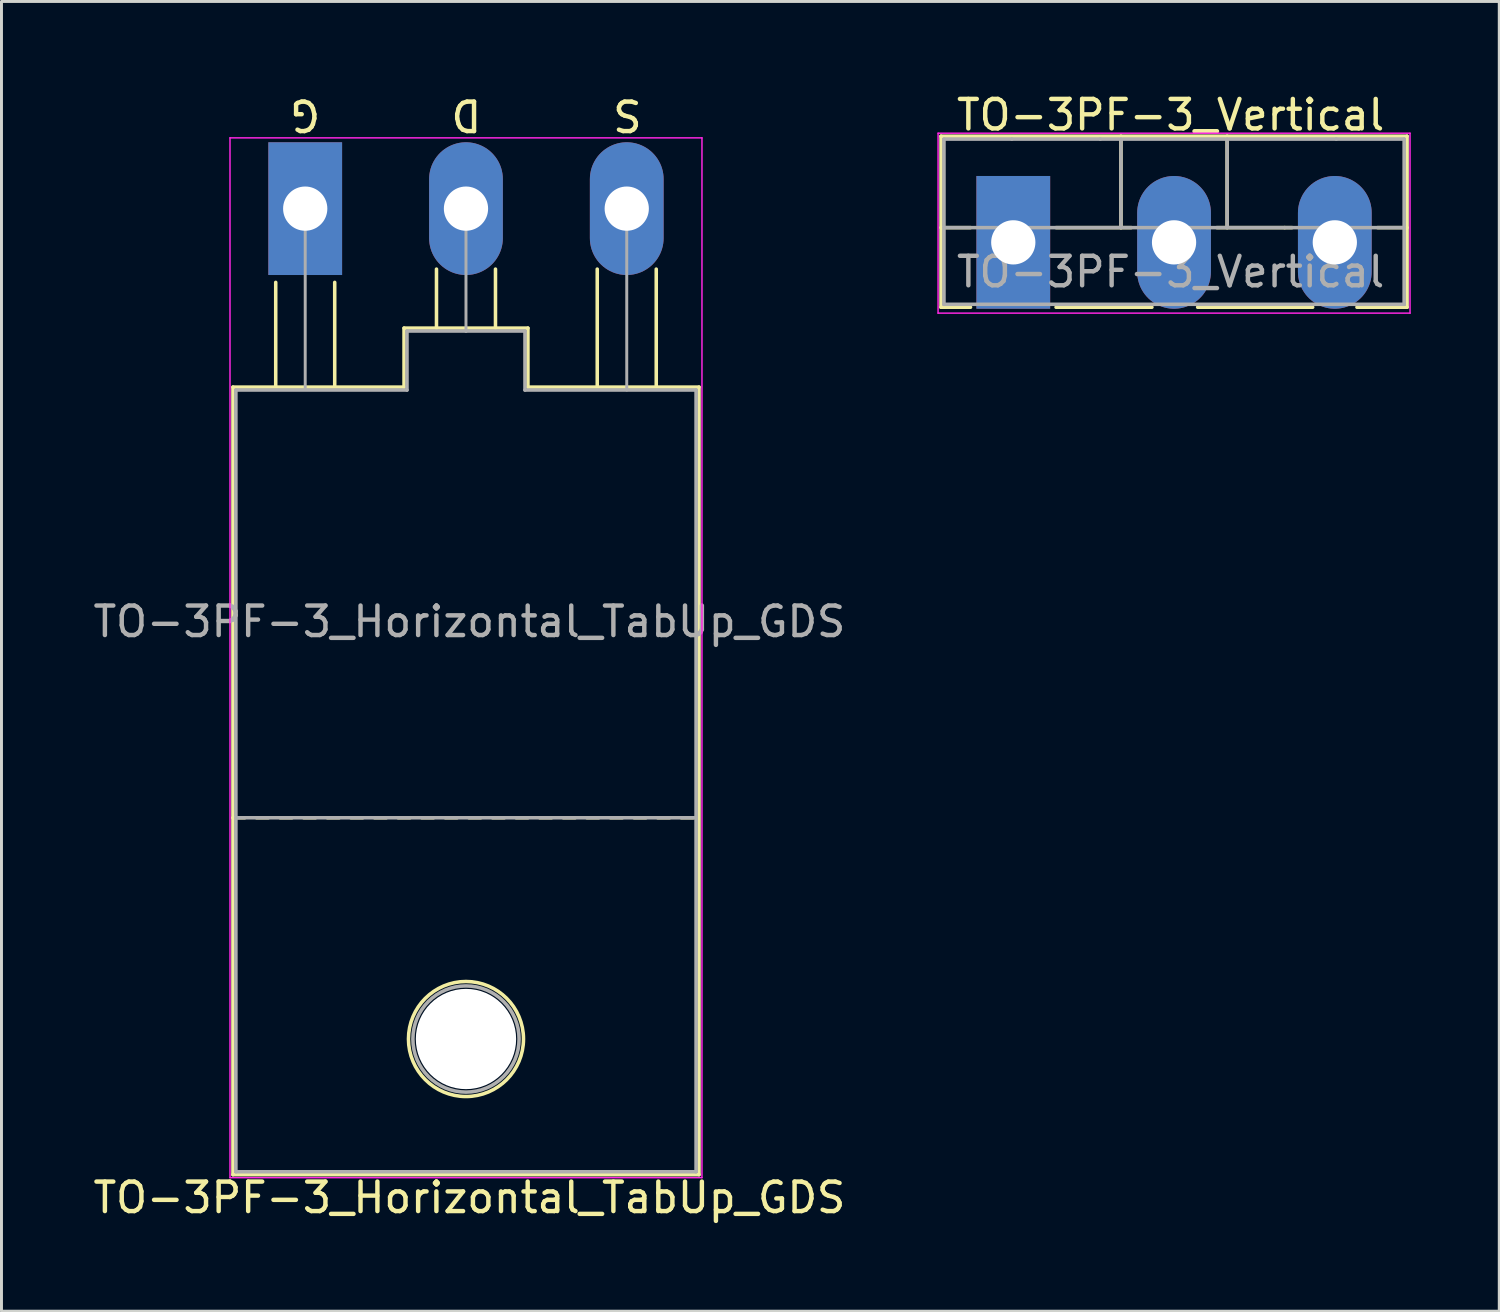
<source format=kicad_pcb>
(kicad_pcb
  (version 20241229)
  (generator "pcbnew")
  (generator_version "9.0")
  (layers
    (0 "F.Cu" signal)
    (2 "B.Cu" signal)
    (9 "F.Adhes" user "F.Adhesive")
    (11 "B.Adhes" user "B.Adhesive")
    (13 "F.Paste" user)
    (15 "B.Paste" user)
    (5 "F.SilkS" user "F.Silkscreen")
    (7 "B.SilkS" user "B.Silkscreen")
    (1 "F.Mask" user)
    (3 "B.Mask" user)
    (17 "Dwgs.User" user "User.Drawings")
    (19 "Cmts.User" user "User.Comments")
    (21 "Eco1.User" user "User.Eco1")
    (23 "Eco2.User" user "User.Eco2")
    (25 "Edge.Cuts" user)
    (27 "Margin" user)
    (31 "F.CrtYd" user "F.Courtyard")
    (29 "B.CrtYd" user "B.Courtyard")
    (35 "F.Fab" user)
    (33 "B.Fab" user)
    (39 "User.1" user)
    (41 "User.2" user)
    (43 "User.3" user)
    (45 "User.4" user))
  (footprint "TO-3PF-3_Vertical"
    (layer "F.Cu")
    (at 31.301 5.166)
    (property "Reference" "TO-3PF-3_Vertical" (at 5.334 -4.318 0) (layer "F.SilkS") (effects (font (size 1 1) (thickness 0.15))))
    (attr through_hole)
    (fp_line (start -2.45 -3.6) (end -2.45 2.2) (stroke (width 0.12) (type solid)) (layer "F.SilkS"))
    (fp_line (start -2.45 2.2) (end -1.45 2.2) (stroke (width 0.12) (type solid)) (layer "F.SilkS"))
    (fp_line (start -1.45 -0.5) (end -2.45 -0.5) (stroke (width 0.12) (type solid)) (layer "F.SilkS"))
    (fp_line (start 1.45 2.2) (end 4.7 2.2) (stroke (width 0.12) (type solid)) (layer "F.SilkS"))
    (fp_line (start 3.65 -3.6) (end 3.65 -0.5) (stroke (width 0.12) (type solid)) (layer "F.SilkS"))
    (fp_line (start 3.65 -0.5) (end 1.45 -0.5) (stroke (width 0.12) (type solid)) (layer "F.SilkS"))
    (fp_line (start 3.65 -0.5) (end 4 -0.5) (stroke (width 0.12) (type solid)) (layer "F.SilkS"))
    (fp_line (start 6.25 2.2) (end 10.15 2.2) (stroke (width 0.12) (type solid)) (layer "F.SilkS"))
    (fp_line (start 7.25 -0.5) (end 7.25 -3.6) (stroke (width 0.12) (type solid)) (layer "F.SilkS"))
    (fp_line (start 9.2 -0.5) (end 6.9 -0.5) (stroke (width 0.12) (type solid)) (layer "F.SilkS"))
    (fp_line (start 9.45 -0.5) (end 9.2 -0.5) (stroke (width 0.12) (type solid)) (layer "F.SilkS"))
    (fp_line (start 11.65 2.2) (end 13.35 2.2) (stroke (width 0.12) (type solid)) (layer "F.SilkS"))
    (fp_line (start 13.35 -3.6) (end -2.45 -3.6) (stroke (width 0.12) (type solid)) (layer "F.SilkS"))
    (fp_line (start 13.35 -0.5) (end 12.35 -0.5) (stroke (width 0.12) (type solid)) (layer "F.SilkS"))
    (fp_line (start 13.35 2.2) (end 13.35 -3.6) (stroke (width 0.12) (type solid)) (layer "F.SilkS"))
    (fp_line (start -2.55 -3.7) (end -2.55 2.4) (stroke (width 0.05) (type solid)) (layer "F.CrtYd"))
    (fp_line (start -2.55 2.4) (end 13.45 2.4) (stroke (width 0.05) (type solid)) (layer "F.CrtYd"))
    (fp_line (start 13.45 -3.7) (end -2.55 -3.7) (stroke (width 0.05) (type solid)) (layer "F.CrtYd"))
    (fp_line (start 13.45 2.4) (end 13.45 -3.7) (stroke (width 0.05) (type solid)) (layer "F.CrtYd"))
    (fp_line (start -2.35 -3.5) (end -2.35 2.1) (stroke (width 0.12) (type solid)) (layer "F.Fab"))
    (fp_line (start -2.35 2.1) (end 13.25 2.1) (stroke (width 0.12) (type solid)) (layer "F.Fab"))
    (fp_line (start -0.05 -3.5) (end -2.35 -3.5) (stroke (width 0.12) (type solid)) (layer "F.Fab"))
    (fp_line (start 2.95 -3.5) (end -0.05 -3.5) (stroke (width 0.12) (type solid)) (layer "F.Fab"))
    (fp_line (start 3.65 -3.5) (end 3.65 -0.5) (stroke (width 0.12) (type solid)) (layer "F.Fab"))
    (fp_line (start 7.25 -3.5) (end 7.25 -0.5) (stroke (width 0.12) (type solid)) (layer "F.Fab"))
    (fp_line (start 10.85 -0.5) (end -2.35 -0.5) (stroke (width 0.12) (type solid)) (layer "F.Fab"))
    (fp_line (start 10.85 -0.5) (end 13.25 -0.5) (stroke (width 0.12) (type solid)) (layer "F.Fab"))
    (fp_line (start 10.95 -3.5) (end 2.95 -3.5) (stroke (width 0.12) (type solid)) (layer "F.Fab"))
    (fp_line (start 13.25 -3.5) (end 10.95 -3.5) (stroke (width 0.12) (type solid)) (layer "F.Fab"))
    (fp_line (start 13.25 2.1) (end 13.25 -3.5) (stroke (width 0.12) (type solid)) (layer "F.Fab"))
    (fp_text user "${REFERENCE}" (at 5.334 1 0) (layer "F.Fab") (effects (font (size 1 1) (thickness 0.15))))
    (pad "1" thru_hole rect (at 0 0) (size 2.5 4.5) (drill 1.5) (layers "*.Cu" "*.Mask"))
    (pad "2" thru_hole oval (at 5.45 0) (size 2.5 4.5) (drill 1.5) (layers "*.Cu" "*.Mask"))
    (pad "3" thru_hole oval (at 10.9 0) (size 2.5 4.5) (drill 1.5) (layers "*.Cu" "*.Mask")))
  (footprint "TO-3PF-3_Horizontal_TabUp_GDS"
    (layer "F.Cu")
    (at 7.297 4.023)
    (property "Reference" "TO-3PF-3_Horizontal_TabUp_GDS" (at 5.566 33.528 180) (layer "F.SilkS") (effects (font (size 1 1) (thickness 0.15))))
    (fp_line (start -2.45 6.05) (end 3.35 6.05) (stroke (width 0.12) (type solid)) (layer "F.SilkS"))
    (fp_line (start -2.45 20.65) (end -2.05 20.65) (stroke (width 0.12) (type solid)) (layer "F.SilkS"))
    (fp_line (start -2.45 32.75) (end -2.45 6.05) (stroke (width 0.12) (type solid)) (layer "F.SilkS"))
    (fp_line (start -1.65 20.65) (end -1.25 20.65) (stroke (width 0.12) (type solid)) (layer "F.SilkS"))
    (fp_line (start -1 6) (end -1 2.5) (stroke (width 0.12) (type solid)) (layer "F.SilkS"))
    (fp_line (start -0.85 20.65) (end -0.45 20.65) (stroke (width 0.12) (type solid)) (layer "F.SilkS"))
    (fp_line (start -0.05 20.65) (end 0.35 20.65) (stroke (width 0.12) (type solid)) (layer "F.SilkS"))
    (fp_line (start 0.75 20.65) (end 1.15 20.65) (stroke (width 0.12) (type solid)) (layer "F.SilkS"))
    (fp_line (start 1 6) (end 1 2.5) (stroke (width 0.12) (type solid)) (layer "F.SilkS"))
    (fp_line (start 1.55 20.65) (end 1.95 20.65) (stroke (width 0.12) (type solid)) (layer "F.SilkS"))
    (fp_line (start 2.35 20.65) (end 2.75 20.65) (stroke (width 0.12) (type solid)) (layer "F.SilkS"))
    (fp_line (start 3.15 20.65) (end 3.55 20.65) (stroke (width 0.12) (type solid)) (layer "F.SilkS"))
    (fp_line (start 3.35 4.05) (end 7.55 4.05) (stroke (width 0.12) (type solid)) (layer "F.SilkS"))
    (fp_line (start 3.35 6.05) (end 3.35 4.05) (stroke (width 0.12) (type solid)) (layer "F.SilkS"))
    (fp_line (start 3.95 20.65) (end 4.35 20.65) (stroke (width 0.12) (type solid)) (layer "F.SilkS"))
    (fp_line (start 4.45 4.05) (end 4.45 2.05) (stroke (width 0.12) (type solid)) (layer "F.SilkS"))
    (fp_line (start 4.75 20.65) (end 5.15 20.65) (stroke (width 0.12) (type solid)) (layer "F.SilkS"))
    (fp_line (start 5.55 20.65) (end 5.95 20.65) (stroke (width 0.12) (type solid)) (layer "F.SilkS"))
    (fp_line (start 6.35 20.65) (end 6.75 20.65) (stroke (width 0.12) (type solid)) (layer "F.SilkS"))
    (fp_line (start 6.45 4.05) (end 6.45 2.05) (stroke (width 0.12) (type solid)) (layer "F.SilkS"))
    (fp_line (start 7.15 20.65) (end 7.55 20.65) (stroke (width 0.12) (type solid)) (layer "F.SilkS"))
    (fp_line (start 7.55 4.05) (end 7.55 6.05) (stroke (width 0.12) (type solid)) (layer "F.SilkS"))
    (fp_line (start 7.55 6.05) (end 13.35 6.05) (stroke (width 0.12) (type solid)) (layer "F.SilkS"))
    (fp_line (start 7.95 20.65) (end 8.35 20.65) (stroke (width 0.12) (type solid)) (layer "F.SilkS"))
    (fp_line (start 8.75 20.65) (end 9.15 20.65) (stroke (width 0.12) (type solid)) (layer "F.SilkS"))
    (fp_line (start 9.55 20.65) (end 9.95 20.65) (stroke (width 0.12) (type solid)) (layer "F.SilkS"))
    (fp_line (start 9.9 6) (end 9.9 2.05) (stroke (width 0.12) (type solid)) (layer "F.SilkS"))
    (fp_line (start 10.35 20.65) (end 10.75 20.65) (stroke (width 0.12) (type solid)) (layer "F.SilkS"))
    (fp_line (start 11.15 20.65) (end 11.55 20.65) (stroke (width 0.12) (type solid)) (layer "F.SilkS"))
    (fp_line (start 11.9 6) (end 11.9 2.05) (stroke (width 0.12) (type solid)) (layer "F.SilkS"))
    (fp_line (start 11.95 20.65) (end 12.35 20.65) (stroke (width 0.12) (type solid)) (layer "F.SilkS"))
    (fp_line (start 12.75 20.65) (end 13.15 20.65) (stroke (width 0.12) (type solid)) (layer "F.SilkS"))
    (fp_line (start 13.35 6.05) (end 13.35 32.75) (stroke (width 0.12) (type solid)) (layer "F.SilkS"))
    (fp_line (start 13.35 32.75) (end -2.45 32.75) (stroke (width 0.12) (type solid)) (layer "F.SilkS"))
    (fp_circle (center 5.45 28.15) (end 3.5 28.15) (stroke (width 0.12) (type solid)) (fill no) (layer "F.SilkS"))
    (fp_line (start -2.55 -2.4) (end -2.55 32.85) (stroke (width 0.05) (type solid)) (layer "F.CrtYd"))
    (fp_line (start -2.55 32.85) (end 13.45 32.85) (stroke (width 0.05) (type solid)) (layer "F.CrtYd"))
    (fp_line (start 13.45 -2.4) (end -2.55 -2.4) (stroke (width 0.05) (type solid)) (layer "F.CrtYd"))
    (fp_line (start 13.45 32.85) (end 13.45 -2.4) (stroke (width 0.05) (type solid)) (layer "F.CrtYd"))
    (fp_line (start -2.35 6.15) (end 3.45 6.15) (stroke (width 0.12) (type solid)) (layer "F.Fab"))
    (fp_line (start -2.35 32.65) (end -2.35 6.15) (stroke (width 0.12) (type solid)) (layer "F.Fab"))
    (fp_line (start 0 6.1) (end 0 0) (stroke (width 0.1) (type solid)) (layer "F.Fab"))
    (fp_line (start 3.45 4.15) (end 3.45 6.15) (stroke (width 0.12) (type solid)) (layer "F.Fab"))
    (fp_line (start 5.45 4.15) (end 3.45 4.15) (stroke (width 0.12) (type solid)) (layer "F.Fab"))
    (fp_line (start 5.45 4.15) (end 5.45 0) (stroke (width 0.1) (type solid)) (layer "F.Fab"))
    (fp_line (start 5.45 4.15) (end 7.45 4.15) (stroke (width 0.12) (type solid)) (layer "F.Fab"))
    (fp_line (start 7.45 4.15) (end 7.45 6.15) (stroke (width 0.12) (type solid)) (layer "F.Fab"))
    (fp_line (start 7.45 6.15) (end 13.25 6.15) (stroke (width 0.12) (type solid)) (layer "F.Fab"))
    (fp_line (start 10.9 0) (end 10.9 6.15) (stroke (width 0.1) (type solid)) (layer "F.Fab"))
    (fp_line (start 13.25 6.15) (end 13.25 32.65) (stroke (width 0.12) (type solid)) (layer "F.Fab"))
    (fp_line (start 13.25 20.65) (end -2.35 20.65) (stroke (width 0.12) (type solid)) (layer "F.Fab"))
    (fp_line (start 13.25 32.65) (end -2.35 32.65) (stroke (width 0.12) (type solid)) (layer "F.Fab"))
    (fp_circle (center 5.45 28.15) (end 3.65 28.15) (stroke (width 0.12) (type solid)) (fill no) (layer "F.Fab"))
    (fp_text user "D" (at 5.461 -3.175 180) (unlocked yes) (layer "F.SilkS") (effects (font (size 1 1) (thickness 0.15))))
    (fp_text user "G" (at 0 -3.175 180) (unlocked yes) (layer "F.SilkS") (effects (font (size 1 1) (thickness 0.15))))
    (fp_text user "S" (at 10.922 -3.175 180) (unlocked yes) (layer "F.SilkS") (effects (font (size 1 1) (thickness 0.15))))
    (fp_text user "${REFERENCE}" (at 5.566 14 180) (layer "F.Fab") (effects (font (size 1 1) (thickness 0.15))))
    (pad "" np_thru_hole circle (at 5.45 28.15) (size 3.4 3.4) (drill 3.4) (layers "*.Cu" "*.Mask"))
    (pad "1" thru_hole rect (at 0 0) (size 2.5 4.5) (drill 1.5) (layers "*.Cu" "*.Mask"))
    (pad "2" thru_hole oval (at 5.45 0) (size 2.5 4.5) (drill 1.5) (layers "*.Cu" "*.Mask"))
    (pad "3" thru_hole oval (at 10.9 0) (size 2.5 4.5) (drill 1.5) (layers "*.Cu" "*.Mask")))
  (gr_rect
    (start -3 -3)
    (end 47.776 41.4)
    (stroke (width 0.1) (type default))
    (fill no)
    (layer "Edge.Cuts")))
</source>
